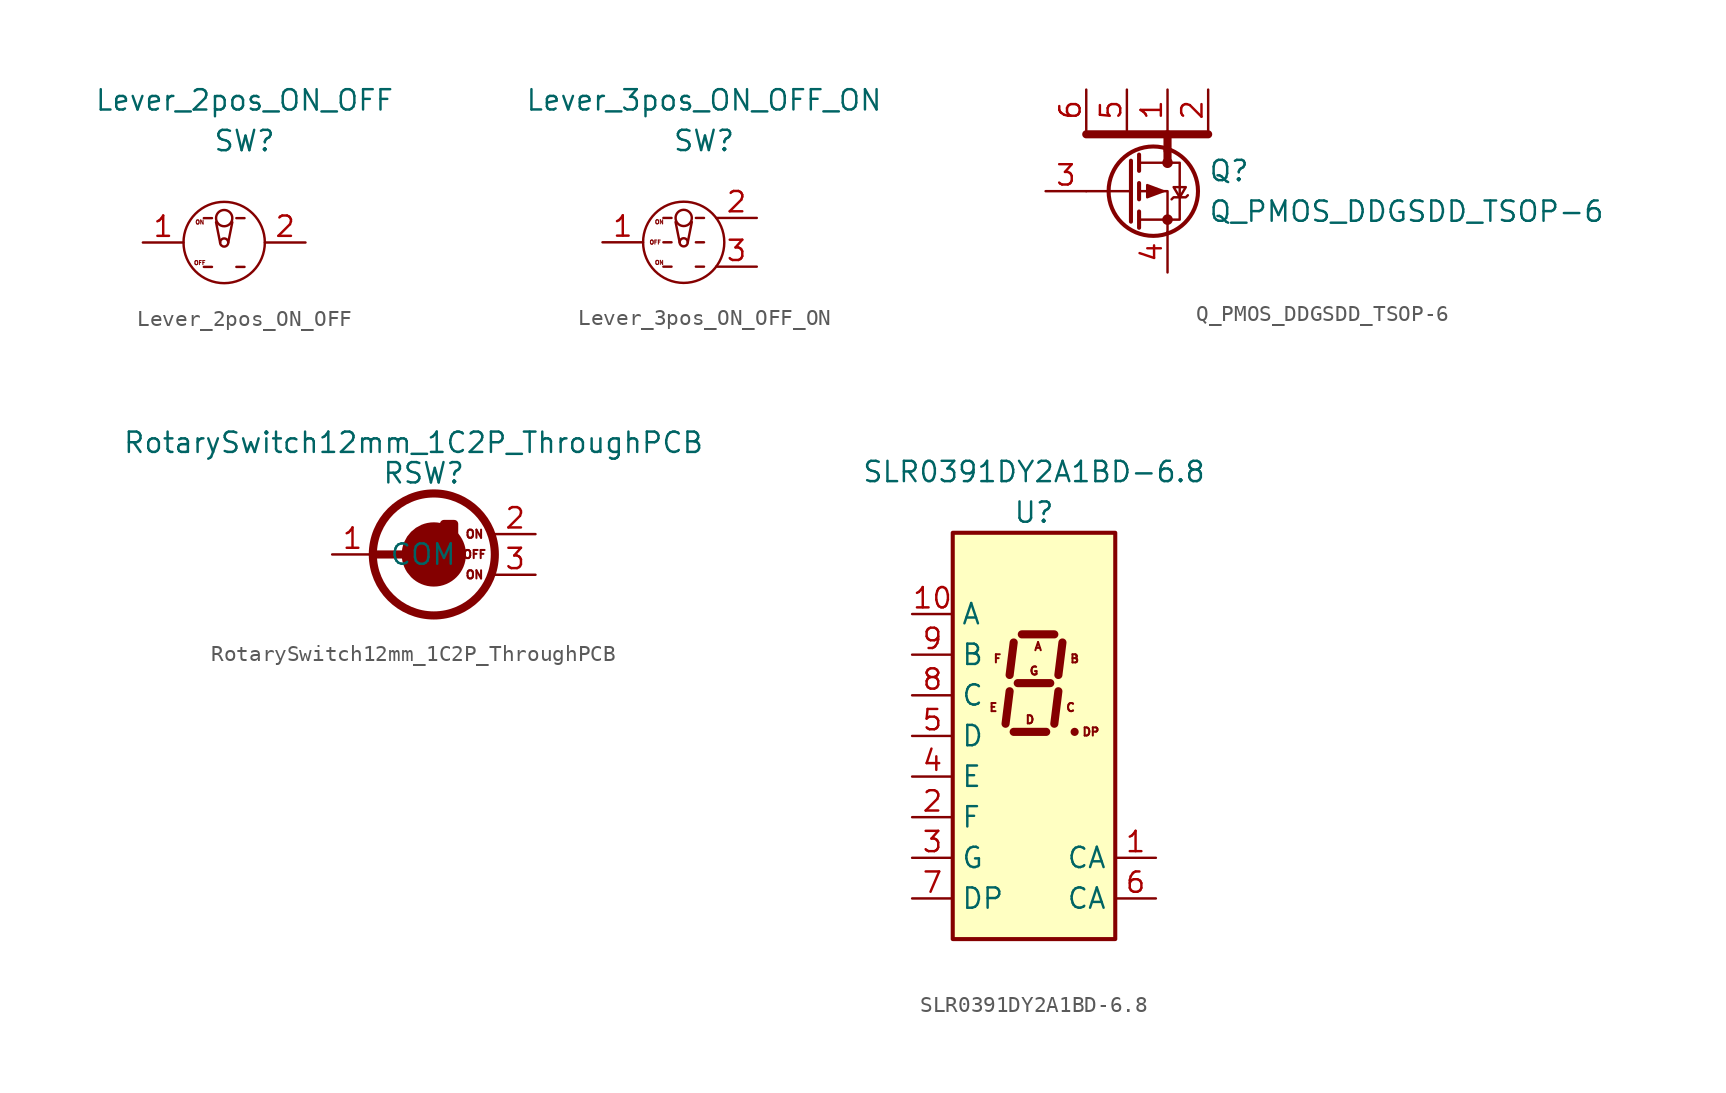
<source format=kicad_sym>
(kicad_symbol_lib
  (version 20220914)
  (generator kicad_symbol_editor)
  (symbol "Lever_2pos_ON_OFF"
    (pin_names
      (offset 1.016))
    (property "Reference" "SW"
      (at 0 0 0)
      (effects (font (size 1.27 1.27))))
    (property "Value" "Lever_2pos_ON_OFF"
      (at 0 2.54 0)
      (effects (font (size 1.27 1.27))))
    (symbol "Lever_2pos_ON_OFF_0_0"
      (text "OFF" (at -2.794 -7.62 0) (effects (font (size 0.254 0.254))))
      (text "ON" (at -2.794 -5.08 0) (effects (font (size 0.254 0.254)))))
    (symbol "Lever_2pos_ON_OFF_0_1"
      (circle (center -1.27 -6.35) (radius 0.254) (stroke (width 0) (type default)) (fill (type none)))
      (circle (center -1.27 -6.35) (radius 2.54) (stroke (width 0) (type default)) (fill (type none)))
      (circle (center -1.27 -4.826) (radius 0.508) (stroke (width 0) (type default)) (fill (type none)))
      (polyline (pts (xy -2.54 -7.874) (xy -2.032 -7.874)) (stroke (width 0) (type default)) (fill (type none)))
      (polyline (pts (xy -2.54 -4.826) (xy -2.032 -4.826)) (stroke (width 0) (type default)) (fill (type none)))
      (polyline (pts (xy -1.778 -5.08) (xy -1.524 -6.35)) (stroke (width 0) (type default)) (fill (type none)))
      (polyline (pts (xy -1.016 -6.35) (xy -0.762 -5.08)) (stroke (width 0) (type default)) (fill (type none)))
      (polyline (pts (xy -0.508 -7.874) (xy 0 -7.874)) (stroke (width 0) (type default)) (fill (type none)))
      (polyline (pts (xy -0.508 -4.826) (xy 0 -4.826)) (stroke (width 0) (type default)) (fill (type none))))
    (symbol "Lever_2pos_ON_OFF_1_1"
      (pin passive line (at -6.35 -6.35 0) (length 2.54) (name "~" (effects (font (size 1.27 1.27)))) (number "1" (effects (font (size 1.27 1.27)))))
      (pin passive line (at 3.81 -6.35 180) (length 2.54) (name "~" (effects (font (size 1.27 1.27)))) (number "2" (effects (font (size 1.27 1.27)))))))
  (symbol "Lever_3pos_ON_OFF_ON"
    (pin_names
      (offset 1.016))
    (property "Reference" "SW"
      (at 0 0 0)
      (effects (font (size 1.27 1.27))))
    (property "Value" "Lever_3pos_ON_OFF_ON"
      (at 0 2.54 0)
      (effects (font (size 1.27 1.27))))
    (symbol "Lever_3pos_ON_OFF_ON_0_0"
      (text "OFF" (at -3.048 -6.35 0) (effects (font (size 0.254 0.254))))
      (text "ON" (at -2.794 -7.62 0) (effects (font (size 0.254 0.254))))
      (text "ON" (at -2.794 -5.08 0) (effects (font (size 0.254 0.254)))))
    (symbol "Lever_3pos_ON_OFF_ON_0_1"
      (circle (center -1.27 -6.35) (radius 0.254) (stroke (width 0) (type default)) (fill (type none)))
      (circle (center -1.27 -6.35) (radius 2.54) (stroke (width 0) (type default)) (fill (type none)))
      (circle (center -1.27 -4.826) (radius 0.508) (stroke (width 0) (type default)) (fill (type none)))
      (polyline (pts (xy -2.54 -7.874) (xy -2.032 -7.874)) (stroke (width 0) (type default)) (fill (type none)))
      (polyline (pts (xy -2.54 -6.35) (xy -2.032 -6.35)) (stroke (width 0) (type default)) (fill (type none)))
      (polyline (pts (xy -2.54 -4.826) (xy -2.032 -4.826)) (stroke (width 0) (type default)) (fill (type none)))
      (polyline (pts (xy -1.778 -5.08) (xy -1.524 -6.35)) (stroke (width 0) (type default)) (fill (type none)))
      (polyline (pts (xy -1.016 -6.35) (xy -0.762 -5.08)) (stroke (width 0) (type default)) (fill (type none)))
      (polyline (pts (xy -0.508 -7.874) (xy 0 -7.874)) (stroke (width 0) (type default)) (fill (type none)))
      (polyline (pts (xy -0.508 -6.35) (xy 0 -6.35)) (stroke (width 0) (type default)) (fill (type none)))
      (polyline (pts (xy -0.508 -4.826) (xy 0 -4.826)) (stroke (width 0) (type default)) (fill (type none))))
    (symbol "Lever_3pos_ON_OFF_ON_1_1"
      (pin passive line (at -6.35 -6.35 0) (length 2.54) (name "~" (effects (font (size 1.27 1.27)))) (number "1" (effects (font (size 1.27 1.27)))))
      (pin passive line (at 3.302 -4.826 180) (length 2.54) (name "~" (effects (font (size 1.27 1.27)))) (number "2" (effects (font (size 1.27 1.27)))))
      (pin passive line (at 3.302 -7.874 180) (length 2.54) (name "~" (effects (font (size 1.27 1.27)))) (number "3" (effects (font (size 1.27 1.27)))))))
  (symbol "Q_PMOS_DDGSDD_TSOP-6"
    (pin_names
      (offset 0) hide)
    (property "Reference" "Q"
      (at 5.08 1.27 0)
      (effects (font (size 1.27 1.27)) (justify left)))
    (property "Value" "Q_PMOS_DDGSDD_TSOP-6"
      (at 5.08 -1.27 0)
      (effects (font (size 1.27 1.27)) (justify left)))
    (symbol "Q_PMOS_DDGSDD_TSOP-6_0_1"
      (polyline (pts (xy 0.254 0) (xy -2.54 0)) (stroke (width 0) (type default)) (fill (type none)))
      (polyline (pts (xy 0.254 1.905) (xy 0.254 -1.905)) (stroke (width 0.254) (type default)) (fill (type none)))
      (polyline (pts (xy 0.762 -1.27) (xy 0.762 -2.286)) (stroke (width 0.254) (type default)) (fill (type none)))
      (polyline (pts (xy 0.762 0.508) (xy 0.762 -0.508)) (stroke (width 0.254) (type default)) (fill (type none)))
      (polyline (pts (xy 0.762 2.286) (xy 0.762 1.27)) (stroke (width 0.254) (type default)) (fill (type none)))
      (polyline (pts (xy 2.54 2.54) (xy 2.54 1.778)) (stroke (width 0.508) (type default)) (fill (type none)))
      (polyline (pts (xy 2.54 2.54) (xy 2.54 3.556)) (stroke (width 0.508) (type default)) (fill (type none)))
      (polyline (pts (xy 5.08 3.556) (xy -2.54 3.556)) (stroke (width 0.508) (type default)) (fill (type outline)))
      (polyline (pts (xy 2.54 -2.54) (xy 2.54 0) (xy 0.762 0)) (stroke (width 0) (type default)) (fill (type none)))
      (polyline (pts (xy 0.762 1.778) (xy 3.302 1.778) (xy 3.302 -1.778) (xy 0.762 -1.778)) (stroke (width 0) (type default)) (fill (type none)))
      (polyline (pts (xy 2.286 0) (xy 1.27 0.381) (xy 1.27 -0.381) (xy 2.286 0)) (stroke (width 0) (type default)) (fill (type outline)))
      (polyline (pts (xy 2.794 -0.508) (xy 2.921 -0.381) (xy 3.683 -0.381) (xy 3.81 -0.254)) (stroke (width 0) (type default)) (fill (type none)))
      (polyline (pts (xy 3.302 -0.381) (xy 2.921 0.254) (xy 3.683 0.254) (xy 3.302 -0.381)) (stroke (width 0) (type default)) (fill (type none)))
      (circle (center 1.651 0) (radius 2.794) (stroke (width 0.254) (type default)) (fill (type none)))
      (circle (center 2.54 -1.778) (radius 0.254) (stroke (width 0) (type default)) (fill (type outline)))
      (circle (center 2.54 1.778) (radius 0.254) (stroke (width 0) (type default)) (fill (type outline))))
    (symbol "Q_PMOS_DDGSDD_TSOP-6_1_1"
      (pin passive line (at 2.54 6.35 270) (length 2.54) (name "D" (effects (font (size 1.27 1.27)))) (number "1" (effects (font (size 1.27 1.27)))))
      (pin passive line (at 5.08 6.35 270) (length 2.54) (name "D" (effects (font (size 1.27 1.27)))) (number "2" (effects (font (size 1.27 1.27)))))
      (pin input line (at -5.08 0 0) (length 2.54) (name "G" (effects (font (size 1.27 1.27)))) (number "3" (effects (font (size 1.27 1.27)))))
      (pin passive line (at 2.54 -5.08 90) (length 2.54) (name "S" (effects (font (size 1.27 1.27)))) (number "4" (effects (font (size 1.27 1.27)))))
      (pin passive line (at 0 6.35 270) (length 2.54) (name "D" (effects (font (size 1.27 1.27)))) (number "5" (effects (font (size 1.27 1.27)))))
      (pin passive line (at -2.54 6.35 270) (length 2.54) (name "D" (effects (font (size 1.27 1.27)))) (number "6" (effects (font (size 1.27 1.27)))))))
  (symbol "RotarySwitch12mm_1C2P_ThroughPCB"
    (pin_names
      (offset 1.016))
    (property "Reference" "RSW"
      (at -0.635 5.08 0)
      (effects (font (size 1.27 1.27))))
    (property "Value" "RotarySwitch12mm_1C2P_ThroughPCB"
      (at -1.27 6.985 0)
      (effects (font (size 1.27 1.27))))
    (symbol "RotarySwitch12mm_1C2P_ThroughPCB_0_0"
      (polyline (pts (xy 0 0) (xy 1.27 1.905) (xy 1.27 1.27) (xy 1.27 1.905) (xy 0.635 1.905)) (stroke (width 0.508) (type default)) (fill (type none)))
      (text "OFF" (at 2.54 0 0) (effects (font (size 0.508 0.508))))
      (text "ON" (at 2.54 -1.27 0) (effects (font (size 0.508 0.508))))
      (text "ON" (at 2.54 1.27 0) (effects (font (size 0.508 0.508)))))
    (symbol "RotarySwitch12mm_1C2P_ThroughPCB_0_1"
      (circle (center 0 0) (radius 0.0001) (stroke (width 2.007) (type default)) (fill (type none)))
      (polyline (pts (xy 0 0) (xy -3.81 0)) (stroke (width 0.508) (type default)) (fill (type none)))
      (circle (center 0 0) (radius 3.81) (stroke (width 0.508) (type default)) (fill (type none))))
    (symbol "RotarySwitch12mm_1C2P_ThroughPCB_1_1"
      (pin passive line (at -6.35 0 0) (length 2.54) (name "COM" (effects (font (size 1.27 1.27)))) (number "1" (effects (font (size 1.27 1.27)))))
      (pin passive line (at 6.35 1.27 180) (length 2.54) (name "~" (effects (font (size 1.27 1.27)))) (number "2" (effects (font (size 1.27 1.27)))))
      (pin passive line (at 6.35 -1.27 180) (length 2.54) (name "~" (effects (font (size 1.27 1.27)))) (number "3" (effects (font (size 1.27 1.27)))))))
  (symbol "SLR0391DY2A1BD-6.8"
    (property "Reference" "U"
      (at 0 13.97 0)
      (effects (font (size 1.27 1.27))))
    (property "Value" "SLR0391DY2A1BD-6.8"
      (at 0 16.51 0)
      (effects (font (size 1.27 1.27))))
    (symbol "SLR0391DY2A1BD-6.8_0_0"
      (text "A" (at 0.254 5.588 0) (effects (font (size 0.508 0.508))))
      (text "B" (at 2.54 4.826 0) (effects (font (size 0.508 0.508))))
      (text "C" (at 2.286 1.778 0) (effects (font (size 0.508 0.508))))
      (text "D" (at -0.254 1.016 0) (effects (font (size 0.508 0.508))))
      (text "DP" (at 3.556 0.254 0) (effects (font (size 0.508 0.508))))
      (text "E" (at -2.54 1.778 0) (effects (font (size 0.508 0.508))))
      (text "F" (at -2.286 4.826 0) (effects (font (size 0.508 0.508))))
      (text "G" (at 0 4.064 0) (effects (font (size 0.508 0.508)))))
    (symbol "SLR0391DY2A1BD-6.8_0_1"
      (rectangle (start -5.08 12.7) (end 5.08 -12.7) (stroke (width 0.254) (type default)) (fill (type background)))
      (polyline (pts (xy -1.524 2.794) (xy -1.778 0.762)) (stroke (width 0.508) (type default)) (fill (type none)))
      (polyline (pts (xy -1.27 0.254) (xy 0.762 0.254)) (stroke (width 0.508) (type default)) (fill (type none)))
      (polyline (pts (xy -1.27 5.842) (xy -1.524 3.81)) (stroke (width 0.508) (type default)) (fill (type none)))
      (polyline (pts (xy -1.016 3.302) (xy 1.016 3.302)) (stroke (width 0.508) (type default)) (fill (type none)))
      (polyline (pts (xy -0.762 6.35) (xy 1.27 6.35)) (stroke (width 0.508) (type default)) (fill (type none)))
      (polyline (pts (xy 1.524 2.794) (xy 1.27 0.762)) (stroke (width 0.508) (type default)) (fill (type none)))
      (polyline (pts (xy 1.778 5.842) (xy 1.524 3.81)) (stroke (width 0.508) (type default)) (fill (type none)))
      (polyline (pts (xy 2.54 0.254) (xy 2.54 0.254)) (stroke (width 0.508) (type default)) (fill (type none))))
    (symbol "SLR0391DY2A1BD-6.8_1_1"
      (pin input line (at 7.62 -7.62 180) (length 2.54) (name "CA" (effects (font (size 1.27 1.27)))) (number "1" (effects (font (size 1.27 1.27)))))
      (pin input line (at -7.62 7.62 0) (length 2.54) (name "A" (effects (font (size 1.27 1.27)))) (number "10" (effects (font (size 1.27 1.27)))))
      (pin input line (at -7.62 -5.08 0) (length 2.54) (name "F" (effects (font (size 1.27 1.27)))) (number "2" (effects (font (size 1.27 1.27)))))
      (pin input line (at -7.62 -7.62 0) (length 2.54) (name "G" (effects (font (size 1.27 1.27)))) (number "3" (effects (font (size 1.27 1.27)))))
      (pin input line (at -7.62 -2.54 0) (length 2.54) (name "E" (effects (font (size 1.27 1.27)))) (number "4" (effects (font (size 1.27 1.27)))))
      (pin input line (at -7.62 0 0) (length 2.54) (name "D" (effects (font (size 1.27 1.27)))) (number "5" (effects (font (size 1.27 1.27)))))
      (pin input line (at 7.62 -10.16 180) (length 2.54) (name "CA" (effects (font (size 1.27 1.27)))) (number "6" (effects (font (size 1.27 1.27)))))
      (pin input line (at -7.62 -10.16 0) (length 2.54) (name "DP" (effects (font (size 1.27 1.27)))) (number "7" (effects (font (size 1.27 1.27)))))
      (pin input line (at -7.62 2.54 0) (length 2.54) (name "C" (effects (font (size 1.27 1.27)))) (number "8" (effects (font (size 1.27 1.27)))))
      (pin input line (at -7.62 5.08 0) (length 2.54) (name "B" (effects (font (size 1.27 1.27)))) (number "9" (effects (font (size 1.27 1.27))))))))
</source>
